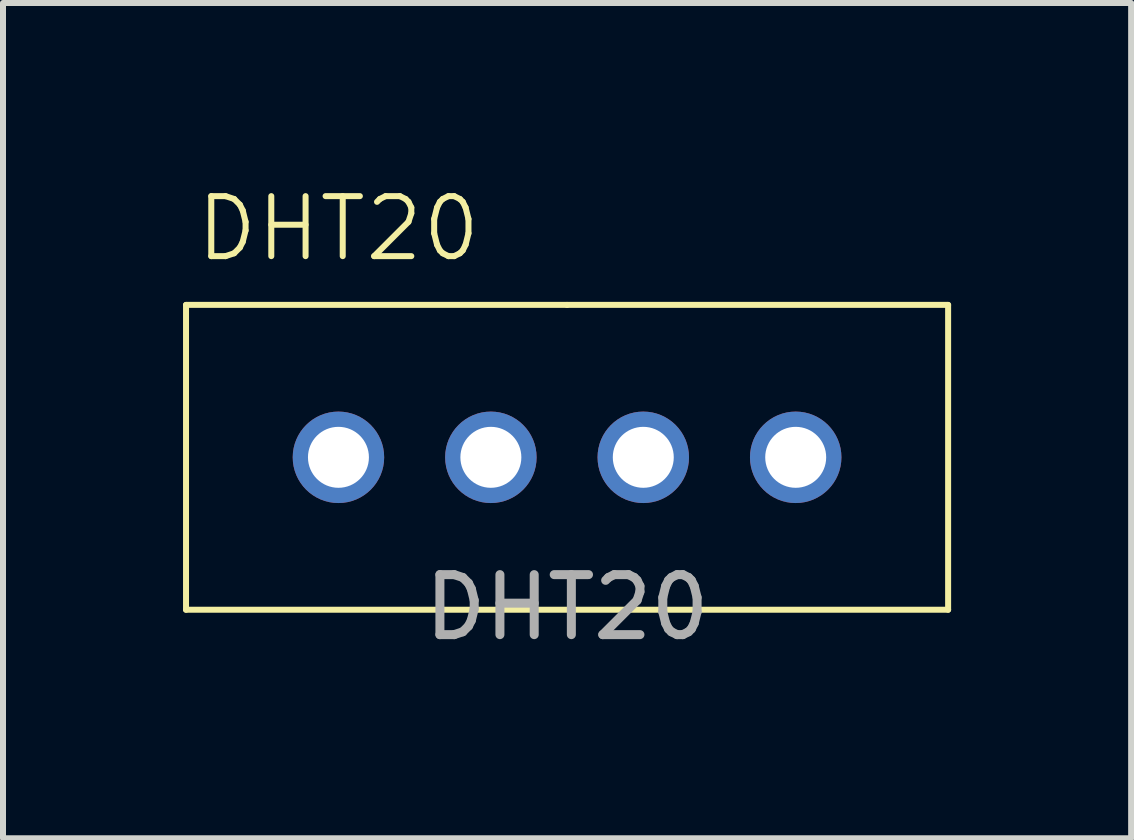
<source format=kicad_pcb>
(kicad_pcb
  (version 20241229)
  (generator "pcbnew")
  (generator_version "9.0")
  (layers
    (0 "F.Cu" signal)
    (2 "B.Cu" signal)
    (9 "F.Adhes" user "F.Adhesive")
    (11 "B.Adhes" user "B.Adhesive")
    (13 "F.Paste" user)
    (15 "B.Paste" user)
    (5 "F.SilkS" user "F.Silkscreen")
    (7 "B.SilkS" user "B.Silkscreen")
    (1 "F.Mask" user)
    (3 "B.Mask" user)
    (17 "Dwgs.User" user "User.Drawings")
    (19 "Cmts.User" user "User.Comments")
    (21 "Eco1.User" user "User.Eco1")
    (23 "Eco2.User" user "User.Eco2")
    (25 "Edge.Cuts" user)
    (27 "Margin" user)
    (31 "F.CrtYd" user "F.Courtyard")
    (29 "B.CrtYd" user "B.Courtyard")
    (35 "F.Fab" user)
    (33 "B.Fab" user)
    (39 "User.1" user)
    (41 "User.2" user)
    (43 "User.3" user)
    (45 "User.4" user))
  (footprint "DHT20"
    (layer "F.Cu")
    (at 6.4 4.571)
    (property "Reference" "DHT20" (at -3.81 -3.81 0) (unlocked yes) (layer "F.SilkS") (effects (font (size 1 1) (thickness 0.1))))
    (attr through_hole)
    (fp_line (start -6.35 -2.54) (end -6.35 2.54) (stroke (width 0.1) (type default)) (layer "F.SilkS"))
    (fp_line (start -6.35 2.54) (end 6.35 2.54) (stroke (width 0.1) (type default)) (layer "F.SilkS"))
    (fp_line (start 0 -2.54) (end -6.35 -2.54) (stroke (width 0.1) (type default)) (layer "F.SilkS"))
    (fp_line (start 6.35 -2.54) (end 0 -2.54) (stroke (width 0.1) (type default)) (layer "F.SilkS"))
    (fp_line (start 6.35 2.54) (end 6.35 -2.54) (stroke (width 0.1) (type default)) (layer "F.SilkS"))
    (fp_text user "${REFERENCE}" (at 0 2.5 0) (unlocked yes) (layer "F.Fab") (effects (font (size 1 1) (thickness 0.15))))
    (pad "1" thru_hole circle (at -3.81 0) (size 1.524 1.524) (drill 1.016) (layers "*.Cu" "*.Mask"))
    (pad "2" thru_hole circle (at -1.27 0) (size 1.524 1.524) (drill 1.016) (layers "*.Cu" "*.Mask"))
    (pad "3" thru_hole circle (at 1.27 0) (size 1.524 1.524) (drill 1.016) (layers "*.Cu" "*.Mask"))
    (pad "4" thru_hole circle (at 3.81 0) (size 1.524 1.524) (drill 1.016) (layers "*.Cu" "*.Mask")))
  (gr_rect
    (start -3 -3)
    (end 15.8 10.919)
    (stroke (width 0.1) (type default))
    (fill no)
    (layer "Edge.Cuts")))
</source>
